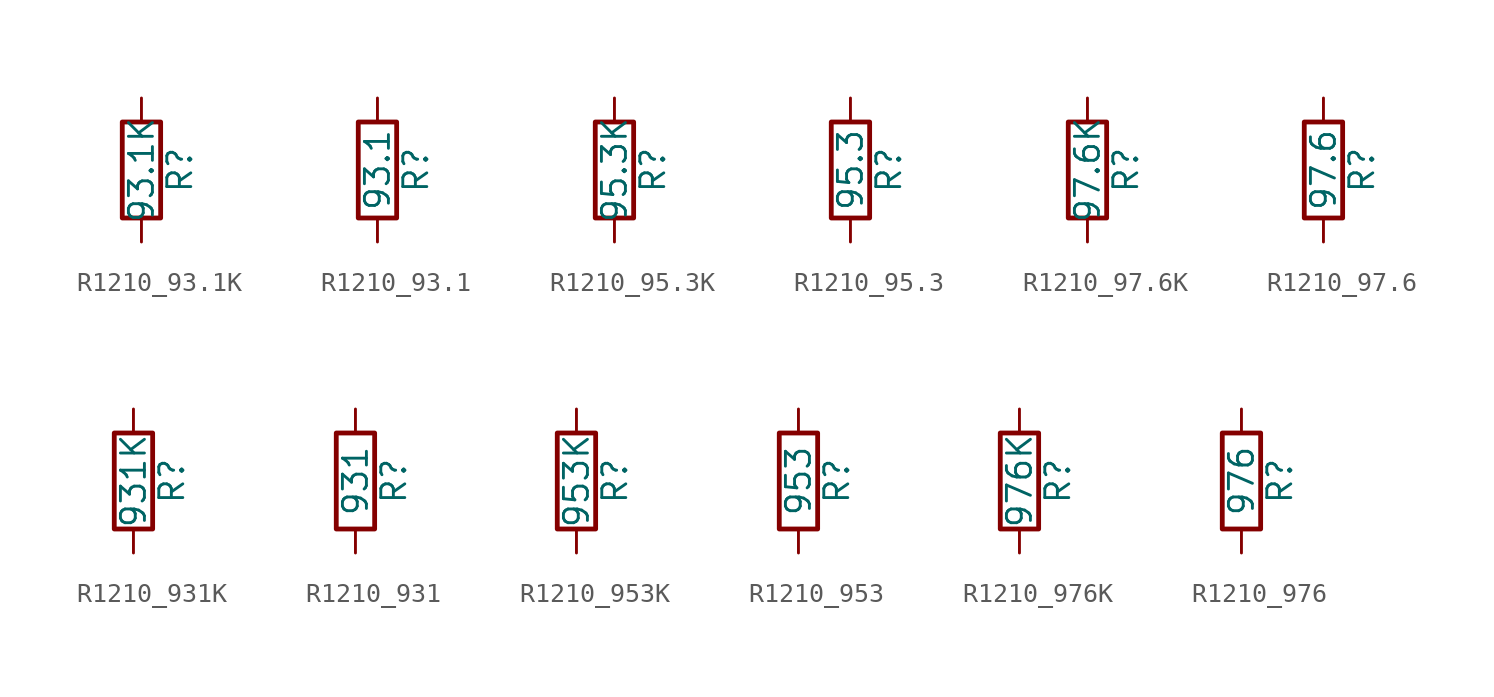
<source format=kicad_sym>
(kicad_symbol_lib
  (version 20211014)
  (generator atlantix-eda)
  (symbol "R1210_93.1K"
    (pin_numbers hide)
    (pin_names
      (offset 0))
    (property "Reference" "R"
      (at 2.032 0 90)
      (effects (font (size 1.27 1.27))))
    (property "Value" "93.1K"
      (at 0 0 90)
      (effects (font (size 1.27 1.27))))
    (symbol "R1210_93.1K_0_1"
      (rectangle (start -1.016 -2.54) (end 1.016 2.54) (stroke (width 0.254) (type default) (color 0 0 0 0)) (fill (type none))))
    (symbol "R1210_93.1K_1_1"
      (pin passive line (at 0 3.81 270) (length 1.27) (name "~" (effects (font (size 1.27 1.27)))) (number "1" (effects (font (size 1.27 1.27)))))
      (pin passive line (at 0 -3.81 90) (length 1.27) (name "~" (effects (font (size 1.27 1.27)))) (number "2" (effects (font (size 1.27 1.27)))))))
  (symbol "R1210_93.1"
    (pin_numbers hide)
    (pin_names
      (offset 0))
    (property "Reference" "R"
      (at 2.032 0 90)
      (effects (font (size 1.27 1.27))))
    (property "Value" "93.1"
      (at 0 0 90)
      (effects (font (size 1.27 1.27))))
    (symbol "R1210_93.1_0_1"
      (rectangle (start -1.016 -2.54) (end 1.016 2.54) (stroke (width 0.254) (type default) (color 0 0 0 0)) (fill (type none))))
    (symbol "R1210_93.1_1_1"
      (pin passive line (at 0 3.81 270) (length 1.27) (name "~" (effects (font (size 1.27 1.27)))) (number "1" (effects (font (size 1.27 1.27)))))
      (pin passive line (at 0 -3.81 90) (length 1.27) (name "~" (effects (font (size 1.27 1.27)))) (number "2" (effects (font (size 1.27 1.27)))))))
  (symbol "R1210_95.3K"
    (pin_numbers hide)
    (pin_names
      (offset 0))
    (property "Reference" "R"
      (at 2.032 0 90)
      (effects (font (size 1.27 1.27))))
    (property "Value" "95.3K"
      (at 0 0 90)
      (effects (font (size 1.27 1.27))))
    (symbol "R1210_95.3K_0_1"
      (rectangle (start -1.016 -2.54) (end 1.016 2.54) (stroke (width 0.254) (type default) (color 0 0 0 0)) (fill (type none))))
    (symbol "R1210_95.3K_1_1"
      (pin passive line (at 0 3.81 270) (length 1.27) (name "~" (effects (font (size 1.27 1.27)))) (number "1" (effects (font (size 1.27 1.27)))))
      (pin passive line (at 0 -3.81 90) (length 1.27) (name "~" (effects (font (size 1.27 1.27)))) (number "2" (effects (font (size 1.27 1.27)))))))
  (symbol "R1210_95.3"
    (pin_numbers hide)
    (pin_names
      (offset 0))
    (property "Reference" "R"
      (at 2.032 0 90)
      (effects (font (size 1.27 1.27))))
    (property "Value" "95.3"
      (at 0 0 90)
      (effects (font (size 1.27 1.27))))
    (symbol "R1210_95.3_0_1"
      (rectangle (start -1.016 -2.54) (end 1.016 2.54) (stroke (width 0.254) (type default) (color 0 0 0 0)) (fill (type none))))
    (symbol "R1210_95.3_1_1"
      (pin passive line (at 0 3.81 270) (length 1.27) (name "~" (effects (font (size 1.27 1.27)))) (number "1" (effects (font (size 1.27 1.27)))))
      (pin passive line (at 0 -3.81 90) (length 1.27) (name "~" (effects (font (size 1.27 1.27)))) (number "2" (effects (font (size 1.27 1.27)))))))
  (symbol "R1210_97.6K"
    (pin_numbers hide)
    (pin_names
      (offset 0))
    (property "Reference" "R"
      (at 2.032 0 90)
      (effects (font (size 1.27 1.27))))
    (property "Value" "97.6K"
      (at 0 0 90)
      (effects (font (size 1.27 1.27))))
    (symbol "R1210_97.6K_0_1"
      (rectangle (start -1.016 -2.54) (end 1.016 2.54) (stroke (width 0.254) (type default) (color 0 0 0 0)) (fill (type none))))
    (symbol "R1210_97.6K_1_1"
      (pin passive line (at 0 3.81 270) (length 1.27) (name "~" (effects (font (size 1.27 1.27)))) (number "1" (effects (font (size 1.27 1.27)))))
      (pin passive line (at 0 -3.81 90) (length 1.27) (name "~" (effects (font (size 1.27 1.27)))) (number "2" (effects (font (size 1.27 1.27)))))))
  (symbol "R1210_97.6"
    (pin_numbers hide)
    (pin_names
      (offset 0))
    (property "Reference" "R"
      (at 2.032 0 90)
      (effects (font (size 1.27 1.27))))
    (property "Value" "97.6"
      (at 0 0 90)
      (effects (font (size 1.27 1.27))))
    (symbol "R1210_97.6_0_1"
      (rectangle (start -1.016 -2.54) (end 1.016 2.54) (stroke (width 0.254) (type default) (color 0 0 0 0)) (fill (type none))))
    (symbol "R1210_97.6_1_1"
      (pin passive line (at 0 3.81 270) (length 1.27) (name "~" (effects (font (size 1.27 1.27)))) (number "1" (effects (font (size 1.27 1.27)))))
      (pin passive line (at 0 -3.81 90) (length 1.27) (name "~" (effects (font (size 1.27 1.27)))) (number "2" (effects (font (size 1.27 1.27)))))))
  (symbol "R1210_931K"
    (pin_numbers hide)
    (pin_names
      (offset 0))
    (property "Reference" "R"
      (at 2.032 0 90)
      (effects (font (size 1.27 1.27))))
    (property "Value" "931K"
      (at 0 0 90)
      (effects (font (size 1.27 1.27))))
    (symbol "R1210_931K_0_1"
      (rectangle (start -1.016 -2.54) (end 1.016 2.54) (stroke (width 0.254) (type default) (color 0 0 0 0)) (fill (type none))))
    (symbol "R1210_931K_1_1"
      (pin passive line (at 0 3.81 270) (length 1.27) (name "~" (effects (font (size 1.27 1.27)))) (number "1" (effects (font (size 1.27 1.27)))))
      (pin passive line (at 0 -3.81 90) (length 1.27) (name "~" (effects (font (size 1.27 1.27)))) (number "2" (effects (font (size 1.27 1.27)))))))
  (symbol "R1210_931"
    (pin_numbers hide)
    (pin_names
      (offset 0))
    (property "Reference" "R"
      (at 2.032 0 90)
      (effects (font (size 1.27 1.27))))
    (property "Value" "931"
      (at 0 0 90)
      (effects (font (size 1.27 1.27))))
    (symbol "R1210_931_0_1"
      (rectangle (start -1.016 -2.54) (end 1.016 2.54) (stroke (width 0.254) (type default) (color 0 0 0 0)) (fill (type none))))
    (symbol "R1210_931_1_1"
      (pin passive line (at 0 3.81 270) (length 1.27) (name "~" (effects (font (size 1.27 1.27)))) (number "1" (effects (font (size 1.27 1.27)))))
      (pin passive line (at 0 -3.81 90) (length 1.27) (name "~" (effects (font (size 1.27 1.27)))) (number "2" (effects (font (size 1.27 1.27)))))))
  (symbol "R1210_953K"
    (pin_numbers hide)
    (pin_names
      (offset 0))
    (property "Reference" "R"
      (at 2.032 0 90)
      (effects (font (size 1.27 1.27))))
    (property "Value" "953K"
      (at 0 0 90)
      (effects (font (size 1.27 1.27))))
    (symbol "R1210_953K_0_1"
      (rectangle (start -1.016 -2.54) (end 1.016 2.54) (stroke (width 0.254) (type default) (color 0 0 0 0)) (fill (type none))))
    (symbol "R1210_953K_1_1"
      (pin passive line (at 0 3.81 270) (length 1.27) (name "~" (effects (font (size 1.27 1.27)))) (number "1" (effects (font (size 1.27 1.27)))))
      (pin passive line (at 0 -3.81 90) (length 1.27) (name "~" (effects (font (size 1.27 1.27)))) (number "2" (effects (font (size 1.27 1.27)))))))
  (symbol "R1210_953"
    (pin_numbers hide)
    (pin_names
      (offset 0))
    (property "Reference" "R"
      (at 2.032 0 90)
      (effects (font (size 1.27 1.27))))
    (property "Value" "953"
      (at 0 0 90)
      (effects (font (size 1.27 1.27))))
    (symbol "R1210_953_0_1"
      (rectangle (start -1.016 -2.54) (end 1.016 2.54) (stroke (width 0.254) (type default) (color 0 0 0 0)) (fill (type none))))
    (symbol "R1210_953_1_1"
      (pin passive line (at 0 3.81 270) (length 1.27) (name "~" (effects (font (size 1.27 1.27)))) (number "1" (effects (font (size 1.27 1.27)))))
      (pin passive line (at 0 -3.81 90) (length 1.27) (name "~" (effects (font (size 1.27 1.27)))) (number "2" (effects (font (size 1.27 1.27)))))))
  (symbol "R1210_976K"
    (pin_numbers hide)
    (pin_names
      (offset 0))
    (property "Reference" "R"
      (at 2.032 0 90)
      (effects (font (size 1.27 1.27))))
    (property "Value" "976K"
      (at 0 0 90)
      (effects (font (size 1.27 1.27))))
    (symbol "R1210_976K_0_1"
      (rectangle (start -1.016 -2.54) (end 1.016 2.54) (stroke (width 0.254) (type default) (color 0 0 0 0)) (fill (type none))))
    (symbol "R1210_976K_1_1"
      (pin passive line (at 0 3.81 270) (length 1.27) (name "~" (effects (font (size 1.27 1.27)))) (number "1" (effects (font (size 1.27 1.27)))))
      (pin passive line (at 0 -3.81 90) (length 1.27) (name "~" (effects (font (size 1.27 1.27)))) (number "2" (effects (font (size 1.27 1.27)))))))
  (symbol "R1210_976"
    (pin_numbers hide)
    (pin_names
      (offset 0))
    (property "Reference" "R"
      (at 2.032 0 90)
      (effects (font (size 1.27 1.27))))
    (property "Value" "976"
      (at 0 0 90)
      (effects (font (size 1.27 1.27))))
    (symbol "R1210_976_0_1"
      (rectangle (start -1.016 -2.54) (end 1.016 2.54) (stroke (width 0.254) (type default) (color 0 0 0 0)) (fill (type none))))
    (symbol "R1210_976_1_1"
      (pin passive line (at 0 3.81 270) (length 1.27) (name "~" (effects (font (size 1.27 1.27)))) (number "1" (effects (font (size 1.27 1.27)))))
      (pin passive line (at 0 -3.81 90) (length 1.27) (name "~" (effects (font (size 1.27 1.27)))) (number "2" (effects (font (size 1.27 1.27))))))))
</source>
